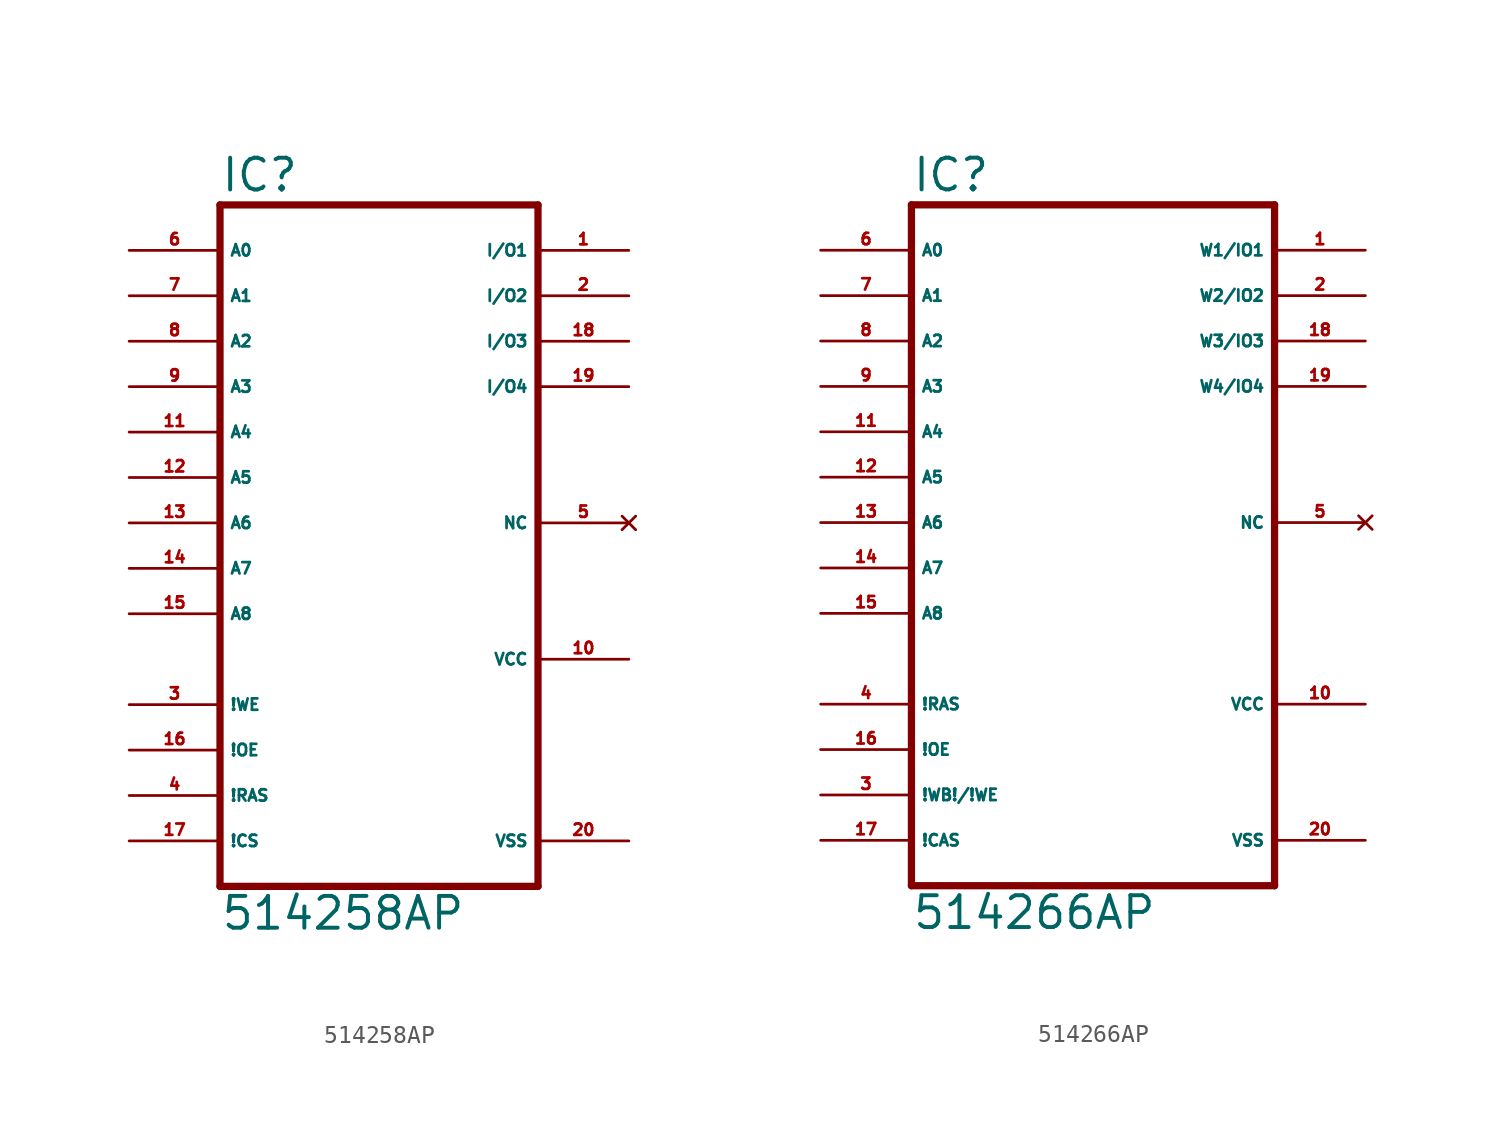
<source format=kicad_sym>
(kicad_symbol_lib
  (version 20220914)
  (generator Eagle2Kicad)
  (symbol "514258AP"
    (property "Reference" "IC"
      (at -10.16 20.955 0)
      (effects (font (size 1.778 1.778) (thickness 0.22)) (justify left bottom)))
    (property "Value" "514258AP"
      (at -10.16 -20.32 0)
      (effects (font (size 1.778 1.778) (thickness 0.22)) (justify left bottom)))
    (polyline
      (pts (xy -10.16 -17.78) (xy 7.62 -17.78))
      (stroke (width 0.406) (type default))
      (fill (type none)))
    (polyline
      (pts (xy 7.62 20.32) (xy 7.62 -17.78))
      (stroke (width 0.406) (type default))
      (fill (type none)))
    (polyline
      (pts (xy 7.62 20.32) (xy -10.16 20.32))
      (stroke (width 0.406) (type default))
      (fill (type none)))
    (polyline
      (pts (xy -10.16 -17.78) (xy -10.16 20.32))
      (stroke (width 0.406) (type default))
      (fill (type none)))
    (pin input line
      (at -15.24 17.78 0)
      (length 5.08)
      (name "A0" (effects (font (size 0.635 0.635) (thickness 0.08)) (justify left bottom)))
      (number "6" (effects (font (size 0.635 0.635) (thickness 0.08)) (justify left bottom))))
    (pin input line
      (at -15.24 15.24 0)
      (length 5.08)
      (name "A1" (effects (font (size 0.635 0.635) (thickness 0.08)) (justify left bottom)))
      (number "7" (effects (font (size 0.635 0.635) (thickness 0.08)) (justify left bottom))))
    (pin input line
      (at -15.24 12.7 0)
      (length 5.08)
      (name "A2" (effects (font (size 0.635 0.635) (thickness 0.08)) (justify left bottom)))
      (number "8" (effects (font (size 0.635 0.635) (thickness 0.08)) (justify left bottom))))
    (pin input line
      (at -15.24 10.16 0)
      (length 5.08)
      (name "A3" (effects (font (size 0.635 0.635) (thickness 0.08)) (justify left bottom)))
      (number "9" (effects (font (size 0.635 0.635) (thickness 0.08)) (justify left bottom))))
    (pin input line
      (at -15.24 7.62 0)
      (length 5.08)
      (name "A4" (effects (font (size 0.635 0.635) (thickness 0.08)) (justify left bottom)))
      (number "11" (effects (font (size 0.635 0.635) (thickness 0.08)) (justify left bottom))))
    (pin input line
      (at -15.24 5.08 0)
      (length 5.08)
      (name "A5" (effects (font (size 0.635 0.635) (thickness 0.08)) (justify left bottom)))
      (number "12" (effects (font (size 0.635 0.635) (thickness 0.08)) (justify left bottom))))
    (pin input line
      (at -15.24 2.54 0)
      (length 5.08)
      (name "A6" (effects (font (size 0.635 0.635) (thickness 0.08)) (justify left bottom)))
      (number "13" (effects (font (size 0.635 0.635) (thickness 0.08)) (justify left bottom))))
    (pin input line
      (at -15.24 0 0)
      (length 5.08)
      (name "A7" (effects (font (size 0.635 0.635) (thickness 0.08)) (justify left bottom)))
      (number "14" (effects (font (size 0.635 0.635) (thickness 0.08)) (justify left bottom))))
    (pin input line
      (at -15.24 -2.54 0)
      (length 5.08)
      (name "A8" (effects (font (size 0.635 0.635) (thickness 0.08)) (justify left bottom)))
      (number "15" (effects (font (size 0.635 0.635) (thickness 0.08)) (justify left bottom))))
    (pin input line
      (at -15.24 -7.62 0)
      (length 5.08)
      (name "!WE" (effects (font (size 0.635 0.635) (thickness 0.08)) (justify left bottom)))
      (number "3" (effects (font (size 0.635 0.635) (thickness 0.08)) (justify left bottom))))
    (pin input line
      (at -15.24 -10.16 0)
      (length 5.08)
      (name "!OE" (effects (font (size 0.635 0.635) (thickness 0.08)) (justify left bottom)))
      (number "16" (effects (font (size 0.635 0.635) (thickness 0.08)) (justify left bottom))))
    (pin input line
      (at -15.24 -12.7 0)
      (length 5.08)
      (name "!RAS" (effects (font (size 0.635 0.635) (thickness 0.08)) (justify left bottom)))
      (number "4" (effects (font (size 0.635 0.635) (thickness 0.08)) (justify left bottom))))
    (pin input line
      (at -15.24 -15.24 0)
      (length 5.08)
      (name "!CS" (effects (font (size 0.635 0.635) (thickness 0.08)) (justify left bottom)))
      (number "17" (effects (font (size 0.635 0.635) (thickness 0.08)) (justify left bottom))))
    (pin bidirectional line
      (at 12.7 17.78 180)
      (length 5.08)
      (name "I/O1" (effects (font (size 0.635 0.635) (thickness 0.08)) (justify left bottom)))
      (number "1" (effects (font (size 0.635 0.635) (thickness 0.08)) (justify left bottom))))
    (pin bidirectional line
      (at 12.7 15.24 180)
      (length 5.08)
      (name "I/O2" (effects (font (size 0.635 0.635) (thickness 0.08)) (justify left bottom)))
      (number "2" (effects (font (size 0.635 0.635) (thickness 0.08)) (justify left bottom))))
    (pin bidirectional line
      (at 12.7 12.7 180)
      (length 5.08)
      (name "I/O3" (effects (font (size 0.635 0.635) (thickness 0.08)) (justify left bottom)))
      (number "18" (effects (font (size 0.635 0.635) (thickness 0.08)) (justify left bottom))))
    (pin bidirectional line
      (at 12.7 10.16 180)
      (length 5.08)
      (name "I/O4" (effects (font (size 0.635 0.635) (thickness 0.08)) (justify left bottom)))
      (number "19" (effects (font (size 0.635 0.635) (thickness 0.08)) (justify left bottom))))
    (pin unspecified line
      (at 12.7 -15.24 180)
      (length 5.08)
      (name "VSS" (effects (font (size 0.635 0.635) (thickness 0.08)) (justify left bottom)))
      (number "20" (effects (font (size 0.635 0.635) (thickness 0.08)) (justify left bottom))))
    (pin unspecified line
      (at 12.7 -5.08 180)
      (length 5.08)
      (name "VCC" (effects (font (size 0.635 0.635) (thickness 0.08)) (justify left bottom)))
      (number "10" (effects (font (size 0.635 0.635) (thickness 0.08)) (justify left bottom))))
    (pin no_connect line
      (at 12.7 2.54 180)
      (length 5.08)
      (name "NC" (effects (font (size 0.635 0.635) (thickness 0.08)) (justify left bottom) hide))
      (number "5" (effects (font (size 0.635 0.635) (thickness 0.08)) (justify left bottom) hide))))
  (symbol "514266AP"
    (property "Reference" "IC"
      (at -10.16 18.415 0)
      (effects (font (size 1.778 1.778) (thickness 0.22)) (justify left bottom)))
    (property "Value" "514266AP"
      (at -10.16 -22.86 0)
      (effects (font (size 1.778 1.778) (thickness 0.22)) (justify left bottom)))
    (polyline
      (pts (xy -10.16 -20.32) (xy 10.16 -20.32))
      (stroke (width 0.406) (type default))
      (fill (type none)))
    (polyline
      (pts (xy 10.16 17.78) (xy 10.16 -20.32))
      (stroke (width 0.406) (type default))
      (fill (type none)))
    (polyline
      (pts (xy 10.16 17.78) (xy -10.16 17.78))
      (stroke (width 0.406) (type default))
      (fill (type none)))
    (polyline
      (pts (xy -10.16 -20.32) (xy -10.16 17.78))
      (stroke (width 0.406) (type default))
      (fill (type none)))
    (pin input line
      (at -15.24 15.24 0)
      (length 5.08)
      (name "A0" (effects (font (size 0.635 0.635) (thickness 0.08)) (justify left bottom)))
      (number "6" (effects (font (size 0.635 0.635) (thickness 0.08)) (justify left bottom))))
    (pin input line
      (at -15.24 12.7 0)
      (length 5.08)
      (name "A1" (effects (font (size 0.635 0.635) (thickness 0.08)) (justify left bottom)))
      (number "7" (effects (font (size 0.635 0.635) (thickness 0.08)) (justify left bottom))))
    (pin input line
      (at -15.24 10.16 0)
      (length 5.08)
      (name "A2" (effects (font (size 0.635 0.635) (thickness 0.08)) (justify left bottom)))
      (number "8" (effects (font (size 0.635 0.635) (thickness 0.08)) (justify left bottom))))
    (pin input line
      (at -15.24 7.62 0)
      (length 5.08)
      (name "A3" (effects (font (size 0.635 0.635) (thickness 0.08)) (justify left bottom)))
      (number "9" (effects (font (size 0.635 0.635) (thickness 0.08)) (justify left bottom))))
    (pin input line
      (at -15.24 5.08 0)
      (length 5.08)
      (name "A4" (effects (font (size 0.635 0.635) (thickness 0.08)) (justify left bottom)))
      (number "11" (effects (font (size 0.635 0.635) (thickness 0.08)) (justify left bottom))))
    (pin input line
      (at -15.24 2.54 0)
      (length 5.08)
      (name "A5" (effects (font (size 0.635 0.635) (thickness 0.08)) (justify left bottom)))
      (number "12" (effects (font (size 0.635 0.635) (thickness 0.08)) (justify left bottom))))
    (pin input line
      (at -15.24 0 0)
      (length 5.08)
      (name "A6" (effects (font (size 0.635 0.635) (thickness 0.08)) (justify left bottom)))
      (number "13" (effects (font (size 0.635 0.635) (thickness 0.08)) (justify left bottom))))
    (pin input line
      (at -15.24 -2.54 0)
      (length 5.08)
      (name "A7" (effects (font (size 0.635 0.635) (thickness 0.08)) (justify left bottom)))
      (number "14" (effects (font (size 0.635 0.635) (thickness 0.08)) (justify left bottom))))
    (pin input line
      (at -15.24 -5.08 0)
      (length 5.08)
      (name "A8" (effects (font (size 0.635 0.635) (thickness 0.08)) (justify left bottom)))
      (number "15" (effects (font (size 0.635 0.635) (thickness 0.08)) (justify left bottom))))
    (pin input line
      (at -15.24 -15.24 0)
      (length 5.08)
      (name "!WB!/!WE" (effects (font (size 0.635 0.635) (thickness 0.08)) (justify left bottom)))
      (number "3" (effects (font (size 0.635 0.635) (thickness 0.08)) (justify left bottom))))
    (pin input line
      (at -15.24 -12.7 0)
      (length 5.08)
      (name "!OE" (effects (font (size 0.635 0.635) (thickness 0.08)) (justify left bottom)))
      (number "16" (effects (font (size 0.635 0.635) (thickness 0.08)) (justify left bottom))))
    (pin input line
      (at -15.24 -10.16 0)
      (length 5.08)
      (name "!RAS" (effects (font (size 0.635 0.635) (thickness 0.08)) (justify left bottom)))
      (number "4" (effects (font (size 0.635 0.635) (thickness 0.08)) (justify left bottom))))
    (pin input line
      (at -15.24 -17.78 0)
      (length 5.08)
      (name "!CAS" (effects (font (size 0.635 0.635) (thickness 0.08)) (justify left bottom)))
      (number "17" (effects (font (size 0.635 0.635) (thickness 0.08)) (justify left bottom))))
    (pin unspecified line
      (at 15.24 -17.78 180)
      (length 5.08)
      (name "VSS" (effects (font (size 0.635 0.635) (thickness 0.08)) (justify left bottom)))
      (number "20" (effects (font (size 0.635 0.635) (thickness 0.08)) (justify left bottom))))
    (pin unspecified line
      (at 15.24 -10.16 180)
      (length 5.08)
      (name "VCC" (effects (font (size 0.635 0.635) (thickness 0.08)) (justify left bottom)))
      (number "10" (effects (font (size 0.635 0.635) (thickness 0.08)) (justify left bottom))))
    (pin bidirectional line
      (at 15.24 15.24 180)
      (length 5.08)
      (name "W1/IO1" (effects (font (size 0.635 0.635) (thickness 0.08)) (justify left bottom)))
      (number "1" (effects (font (size 0.635 0.635) (thickness 0.08)) (justify left bottom))))
    (pin bidirectional line
      (at 15.24 12.7 180)
      (length 5.08)
      (name "W2/IO2" (effects (font (size 0.635 0.635) (thickness 0.08)) (justify left bottom)))
      (number "2" (effects (font (size 0.635 0.635) (thickness 0.08)) (justify left bottom))))
    (pin bidirectional line
      (at 15.24 10.16 180)
      (length 5.08)
      (name "W3/IO3" (effects (font (size 0.635 0.635) (thickness 0.08)) (justify left bottom)))
      (number "18" (effects (font (size 0.635 0.635) (thickness 0.08)) (justify left bottom))))
    (pin bidirectional line
      (at 15.24 7.62 180)
      (length 5.08)
      (name "W4/IO4" (effects (font (size 0.635 0.635) (thickness 0.08)) (justify left bottom)))
      (number "19" (effects (font (size 0.635 0.635) (thickness 0.08)) (justify left bottom))))
    (pin no_connect line
      (at 15.24 0 180)
      (length 5.08)
      (name "NC" (effects (font (size 0.635 0.635) (thickness 0.08)) (justify left bottom) hide))
      (number "5" (effects (font (size 0.635 0.635) (thickness 0.08)) (justify left bottom) hide)))))
</source>
